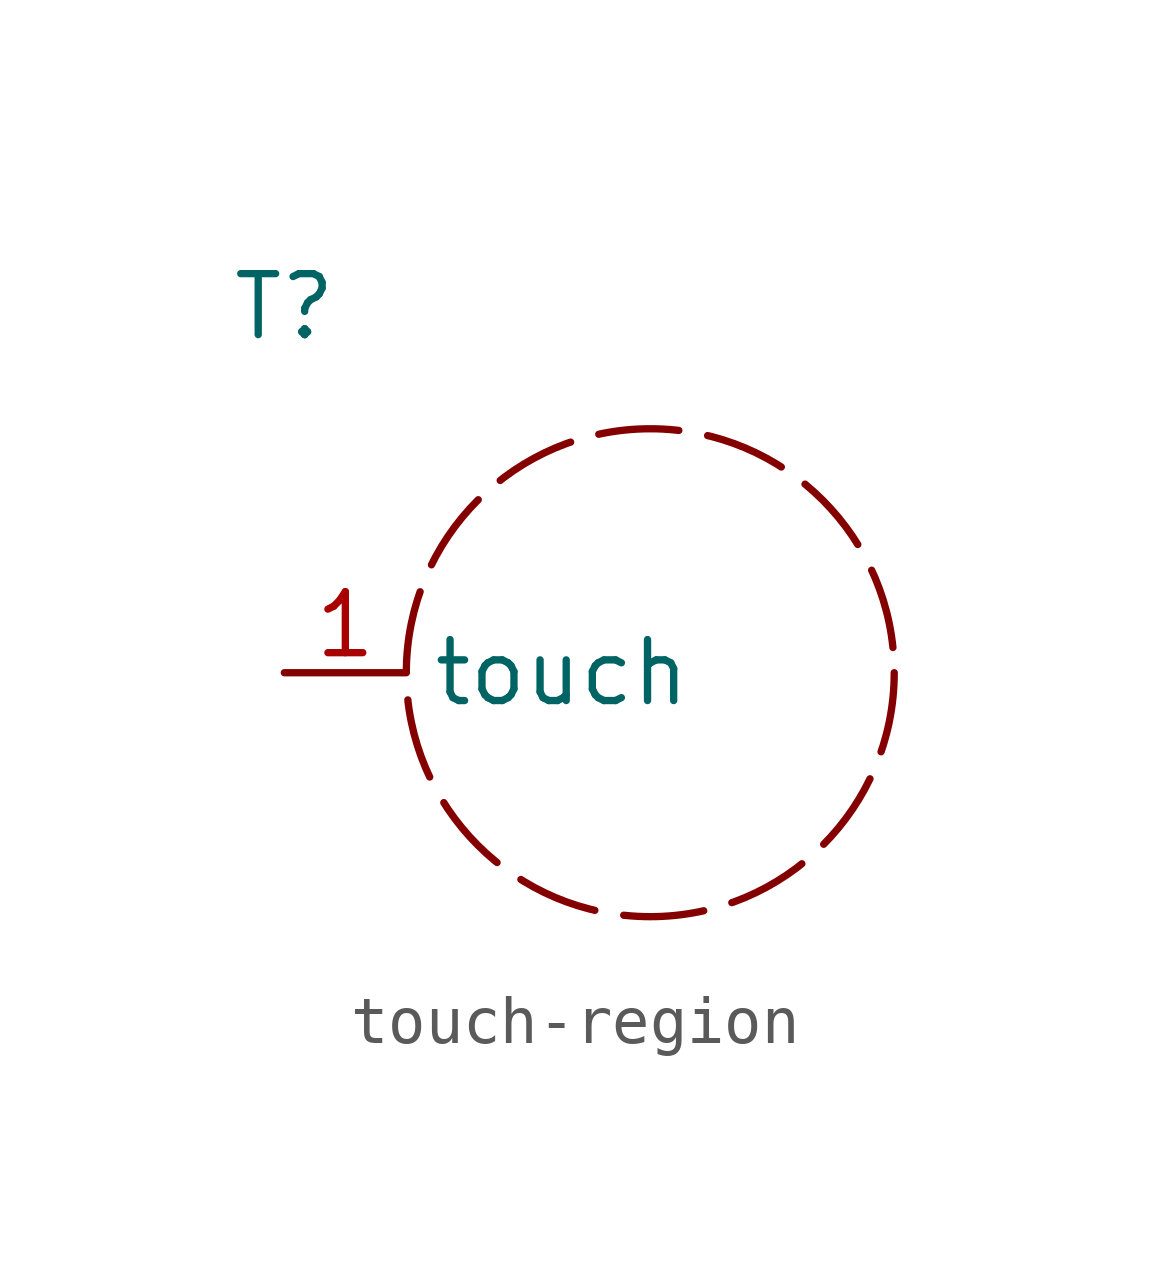
<source format=kicad_sym>
(kicad_symbol_lib
  (version 20220914)
  (generator kicad_symbol_editor)
  (symbol "touch-region"
    (property "Reference" "T"
      (at 0 0 0)
      (effects (font (size 1.27 1.27))))
    (property "Value" ""
      (at 0 0 0)
      (effects (font (size 1.27 1.27))))
    (symbol "touch-region_1_1"
      (circle (center 7.62 -7.62) (radius 5.08) (stroke (width 0) (type dash)) (fill (type none)))
      (pin output line (at 0 -7.62 0) (length 2.54) (name "touch" (effects (font (size 1.27 1.27)))) (number "1" (effects (font (size 1.27 1.27))))))))
</source>
